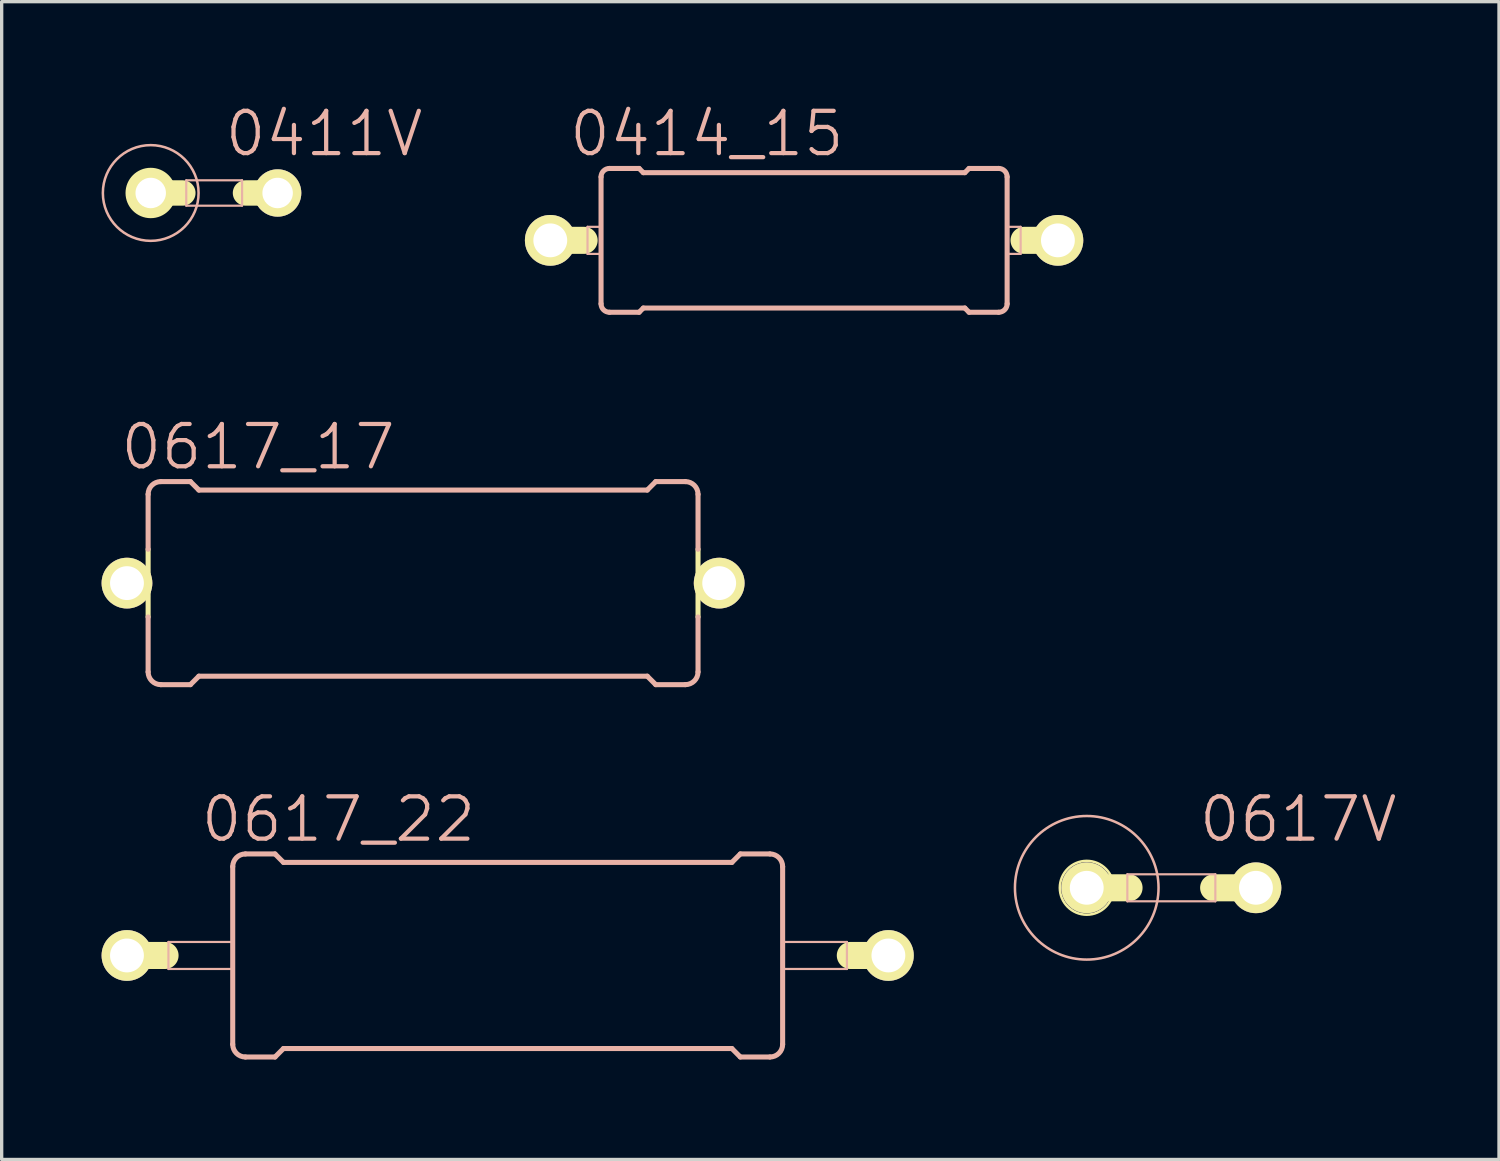
<source format=kicad_pcb>
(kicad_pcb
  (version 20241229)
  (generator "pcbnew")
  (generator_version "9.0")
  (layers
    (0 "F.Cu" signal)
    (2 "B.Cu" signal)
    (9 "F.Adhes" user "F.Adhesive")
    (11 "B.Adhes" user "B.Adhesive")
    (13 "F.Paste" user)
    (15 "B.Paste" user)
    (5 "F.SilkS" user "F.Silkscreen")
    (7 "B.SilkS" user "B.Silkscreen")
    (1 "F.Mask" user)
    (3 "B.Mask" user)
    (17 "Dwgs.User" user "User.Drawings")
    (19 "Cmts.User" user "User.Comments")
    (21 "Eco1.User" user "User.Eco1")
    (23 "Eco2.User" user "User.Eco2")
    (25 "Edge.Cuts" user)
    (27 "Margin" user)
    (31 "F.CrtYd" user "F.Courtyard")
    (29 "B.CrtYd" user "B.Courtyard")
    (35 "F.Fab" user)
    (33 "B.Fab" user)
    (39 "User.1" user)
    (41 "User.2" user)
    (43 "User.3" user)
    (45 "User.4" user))
  (footprint "0617_22"
    (layer "F.Cu")
    (at 12.192 25.636)
    (property "Reference" "0617_22" (at -5.08 -4.089 0) (layer "B.SilkS") (effects (font (size 1.27 1.27) (thickness 0.127))))
    (attr exclude_from_pos_files exclude_from_bom)
    (fp_line (start -10.287 0) (end -11.43 0) (stroke (width 0.813) (type solid)) (layer "F.SilkS"))
    (fp_line (start 11.43 0) (end 10.287 0) (stroke (width 0.813) (type solid)) (layer "F.SilkS"))
    (fp_line (start -10.185 -0.406) (end -8.255 -0.406) (stroke (width 0.066) (type solid)) (layer "B.SilkS"))
    (fp_line (start -10.185 0.406) (end -10.185 -0.406) (stroke (width 0.066) (type solid)) (layer "B.SilkS"))
    (fp_line (start -10.185 0.406) (end -8.255 0.406) (stroke (width 0.066) (type solid)) (layer "B.SilkS"))
    (fp_line (start -8.255 0.406) (end -8.255 -0.406) (stroke (width 0.066) (type solid)) (layer "B.SilkS"))
    (fp_line (start -8.255 2.667) (end -8.255 -2.667) (stroke (width 0.152) (type solid)) (layer "B.SilkS"))
    (fp_line (start -7.874 -3.048) (end -6.985 -3.048) (stroke (width 0.152) (type solid)) (layer "B.SilkS"))
    (fp_line (start -7.874 3.048) (end -6.985 3.048) (stroke (width 0.152) (type solid)) (layer "B.SilkS"))
    (fp_line (start -6.731 -2.794) (end -6.985 -3.048) (stroke (width 0.152) (type solid)) (layer "B.SilkS"))
    (fp_line (start -6.731 2.794) (end -6.985 3.048) (stroke (width 0.152) (type solid)) (layer "B.SilkS"))
    (fp_line (start 6.731 -2.794) (end -6.731 -2.794) (stroke (width 0.152) (type solid)) (layer "B.SilkS"))
    (fp_line (start 6.731 -2.794) (end 6.985 -3.048) (stroke (width 0.152) (type solid)) (layer "B.SilkS"))
    (fp_line (start 6.731 2.794) (end -6.731 2.794) (stroke (width 0.152) (type solid)) (layer "B.SilkS"))
    (fp_line (start 6.731 2.794) (end 6.985 3.048) (stroke (width 0.152) (type solid)) (layer "B.SilkS"))
    (fp_line (start 7.874 -3.048) (end 6.985 -3.048) (stroke (width 0.152) (type solid)) (layer "B.SilkS"))
    (fp_line (start 7.874 3.048) (end 6.985 3.048) (stroke (width 0.152) (type solid)) (layer "B.SilkS"))
    (fp_line (start 8.255 -0.406) (end 10.185 -0.406) (stroke (width 0.066) (type solid)) (layer "B.SilkS"))
    (fp_line (start 8.255 0.406) (end 8.255 -0.406) (stroke (width 0.066) (type solid)) (layer "B.SilkS"))
    (fp_line (start 8.255 0.406) (end 10.185 0.406) (stroke (width 0.066) (type solid)) (layer "B.SilkS"))
    (fp_line (start 8.255 2.667) (end 8.255 -2.667) (stroke (width 0.152) (type solid)) (layer "B.SilkS"))
    (fp_line (start 10.185 0.406) (end 10.185 -0.406) (stroke (width 0.066) (type solid)) (layer "B.SilkS"))
    (fp_arc (start -8.255 -2.667) (mid -8.143408 -2.936408) (end -7.874 -3.048) (stroke (width 0.1524) (type solid)) (layer "B.SilkS"))
    (fp_arc (start -7.874 3.048) (mid -8.143408 2.936408) (end -8.255 2.667) (stroke (width 0.1524) (type solid)) (layer "B.SilkS"))
    (fp_arc (start 7.874 -3.048) (mid 8.143408 -2.936408) (end 8.255 -2.667) (stroke (width 0.1524) (type solid)) (layer "B.SilkS"))
    (fp_arc (start 8.255 2.667) (mid 8.143408 2.936408) (end 7.874 3.048) (stroke (width 0.1524) (type solid)) (layer "B.SilkS"))
    (pad "1" thru_hole circle (at -11.43 0) (size 1.524 1.524) (drill 1.016) (layers "*.Cu" "F.Mask" "F.SilkS" "F.Paste"))
    (pad "2" thru_hole circle (at 11.43 0) (size 1.524 1.524) (drill 1.016) (layers "*.Cu" "F.Mask" "F.SilkS" "F.Paste")))
  (footprint "0414_15"
    (layer "F.Cu")
    (at 21.091 4.166)
    (property "Reference" "0414_15" (at -2.921 -3.2 0) (layer "B.SilkS") (effects (font (size 1.27 1.27) (thickness 0.127))))
    (attr exclude_from_pos_files exclude_from_bom)
    (fp_line (start -7.62 0) (end -6.604 0) (stroke (width 0.813) (type solid)) (layer "F.SilkS"))
    (fp_line (start 7.62 0) (end 6.604 0) (stroke (width 0.813) (type solid)) (layer "F.SilkS"))
    (fp_line (start -6.502 -0.406) (end -6.096 -0.406) (stroke (width 0.066) (type solid)) (layer "B.SilkS"))
    (fp_line (start -6.502 0.406) (end -6.502 -0.406) (stroke (width 0.066) (type solid)) (layer "B.SilkS"))
    (fp_line (start -6.502 0.406) (end -6.096 0.406) (stroke (width 0.066) (type solid)) (layer "B.SilkS"))
    (fp_line (start -6.096 0.406) (end -6.096 -0.406) (stroke (width 0.066) (type solid)) (layer "B.SilkS"))
    (fp_line (start -6.096 1.905) (end -6.096 -1.905) (stroke (width 0.152) (type solid)) (layer "B.SilkS"))
    (fp_line (start -5.842 -2.159) (end -4.953 -2.159) (stroke (width 0.152) (type solid)) (layer "B.SilkS"))
    (fp_line (start -5.842 2.159) (end -4.953 2.159) (stroke (width 0.152) (type solid)) (layer "B.SilkS"))
    (fp_line (start -4.826 -2.032) (end -4.953 -2.159) (stroke (width 0.152) (type solid)) (layer "B.SilkS"))
    (fp_line (start -4.826 2.032) (end -4.953 2.159) (stroke (width 0.152) (type solid)) (layer "B.SilkS"))
    (fp_line (start 4.826 -2.032) (end -4.826 -2.032) (stroke (width 0.152) (type solid)) (layer "B.SilkS"))
    (fp_line (start 4.826 -2.032) (end 4.953 -2.159) (stroke (width 0.152) (type solid)) (layer "B.SilkS"))
    (fp_line (start 4.826 2.032) (end -4.826 2.032) (stroke (width 0.152) (type solid)) (layer "B.SilkS"))
    (fp_line (start 4.826 2.032) (end 4.953 2.159) (stroke (width 0.152) (type solid)) (layer "B.SilkS"))
    (fp_line (start 5.842 -2.159) (end 4.953 -2.159) (stroke (width 0.152) (type solid)) (layer "B.SilkS"))
    (fp_line (start 5.842 2.159) (end 4.953 2.159) (stroke (width 0.152) (type solid)) (layer "B.SilkS"))
    (fp_line (start 6.096 -0.406) (end 6.502 -0.406) (stroke (width 0.066) (type solid)) (layer "B.SilkS"))
    (fp_line (start 6.096 0.406) (end 6.096 -0.406) (stroke (width 0.066) (type solid)) (layer "B.SilkS"))
    (fp_line (start 6.096 0.406) (end 6.502 0.406) (stroke (width 0.066) (type solid)) (layer "B.SilkS"))
    (fp_line (start 6.096 1.905) (end 6.096 -1.905) (stroke (width 0.152) (type solid)) (layer "B.SilkS"))
    (fp_line (start 6.502 0.406) (end 6.502 -0.406) (stroke (width 0.066) (type solid)) (layer "B.SilkS"))
    (fp_arc (start -6.096 -1.905) (mid -6.021605 -2.084605) (end -5.842 -2.159) (stroke (width 0.1524) (type solid)) (layer "B.SilkS"))
    (fp_arc (start -5.842 2.159) (mid -6.021605 2.084605) (end -6.096 1.905) (stroke (width 0.1524) (type solid)) (layer "B.SilkS"))
    (fp_arc (start 5.842 -2.159) (mid 6.021605 -2.084605) (end 6.096 -1.905) (stroke (width 0.1524) (type solid)) (layer "B.SilkS"))
    (fp_arc (start 6.096 1.905) (mid 6.021605 2.084605) (end 5.842 2.159) (stroke (width 0.1524) (type solid)) (layer "B.SilkS"))
    (pad "1" thru_hole circle (at -7.62 0) (size 1.524 1.524) (drill 1.016) (layers "*.Cu" "F.Mask" "F.SilkS" "F.Paste"))
    (pad "2" thru_hole circle (at 7.62 0) (size 1.524 1.524) (drill 1.016) (layers "*.Cu" "F.Mask" "F.SilkS" "F.Paste")))
  (footprint "0411V"
    (layer "F.Cu")
    (at 4.015 2.744)
    (property "Reference" "0411V" (at 2.667 -1.778 0) (layer "B.SilkS") (effects (font (size 1.27 1.27) (thickness 0.127))))
    (attr exclude_from_pos_files exclude_from_bom)
    (fp_line (start -1.575 0) (end -2.54 0) (stroke (width 0.762) (type solid)) (layer "F.SilkS"))
    (fp_line (start 1.27 0) (end 0.305 0) (stroke (width 0.762) (type solid)) (layer "F.SilkS"))
    (fp_circle (center -2.54 0) (end -3.048 0.508) (stroke (width 0.076) (type solid)) (fill no) (layer "F.SilkS"))
    (fp_line (start -1.473 -0.381) (end 0.203 -0.381) (stroke (width 0.066) (type solid)) (layer "B.SilkS"))
    (fp_line (start -1.473 0.381) (end -1.473 -0.381) (stroke (width 0.066) (type solid)) (layer "B.SilkS"))
    (fp_line (start -1.473 0.381) (end 0.203 0.381) (stroke (width 0.066) (type solid)) (layer "B.SilkS"))
    (fp_line (start 0.203 0.381) (end 0.203 -0.381) (stroke (width 0.066) (type solid)) (layer "B.SilkS"))
    (fp_circle (center -2.54 0) (end -3.556 1.016) (stroke (width 0.076) (type solid)) (fill no) (layer "B.SilkS"))
    (pad "1" thru_hole circle (at -2.54 0) (size 1.422 1.422) (drill 0.914) (layers "*.Cu" "F.Mask" "F.SilkS" "F.Paste"))
    (pad "2" thru_hole circle (at 1.27 0) (size 1.422 1.422) (drill 0.914) (layers "*.Cu" "F.Mask" "F.SilkS" "F.Paste")))
  (footprint "0617V"
    (layer "F.Cu")
    (at 32.117 23.604)
    (property "Reference" "0617V" (at 3.81 -2.057 0) (layer "B.SilkS") (effects (font (size 1.27 1.27) (thickness 0.127))))
    (attr exclude_from_pos_files exclude_from_bom)
    (fp_line (start -2.54 0) (end -1.27 0) (stroke (width 0.813) (type solid)) (layer "F.SilkS"))
    (fp_line (start 1.27 0) (end 2.54 0) (stroke (width 0.813) (type solid)) (layer "F.SilkS"))
    (fp_circle (center -2.54 0) (end -3.111 0.572) (stroke (width 0.076) (type solid)) (fill no) (layer "F.SilkS"))
    (fp_line (start -1.321 -0.406) (end 1.321 -0.406) (stroke (width 0.066) (type solid)) (layer "B.SilkS"))
    (fp_line (start -1.321 0.406) (end -1.321 -0.406) (stroke (width 0.066) (type solid)) (layer "B.SilkS"))
    (fp_line (start -1.321 0.406) (end 1.321 0.406) (stroke (width 0.066) (type solid)) (layer "B.SilkS"))
    (fp_line (start 1.321 0.406) (end 1.321 -0.406) (stroke (width 0.066) (type solid)) (layer "B.SilkS"))
    (fp_circle (center -2.54 0) (end -4.064 1.524) (stroke (width 0.076) (type solid)) (fill no) (layer "B.SilkS"))
    (pad "1" thru_hole circle (at -2.54 0) (size 1.524 1.524) (drill 1.016) (layers "*.Cu" "F.Mask" "F.SilkS" "F.Paste"))
    (pad "2" thru_hole circle (at 2.54 0) (size 1.524 1.524) (drill 1.016) (layers "*.Cu" "F.Mask" "F.SilkS" "F.Paste")))
  (footprint "0617_17"
    (layer "F.Cu")
    (at 9.652 14.457)
    (property "Reference" "0617_17" (at -4.953 -4.089 0) (layer "B.SilkS") (effects (font (size 1.27 1.27) (thickness 0.127))))
    (attr exclude_from_pos_files exclude_from_bom)
    (fp_line (start -8.89 0) (end -8.636 0) (stroke (width 0.813) (type solid)) (layer "F.SilkS"))
    (fp_line (start -8.534 -0.406) (end -8.23 -0.406) (stroke (width 0.066) (type solid)) (layer "F.SilkS"))
    (fp_line (start -8.534 0.406) (end -8.534 -0.406) (stroke (width 0.066) (type solid)) (layer "F.SilkS"))
    (fp_line (start -8.534 0.406) (end -8.23 0.406) (stroke (width 0.066) (type solid)) (layer "F.SilkS"))
    (fp_line (start -8.255 -1.016) (end -8.255 1.016) (stroke (width 0.152) (type solid)) (layer "F.SilkS"))
    (fp_line (start -8.23 0.406) (end -8.23 -0.406) (stroke (width 0.066) (type solid)) (layer "F.SilkS"))
    (fp_line (start 8.23 -0.406) (end 8.534 -0.406) (stroke (width 0.066) (type solid)) (layer "F.SilkS"))
    (fp_line (start 8.23 0.406) (end 8.23 -0.406) (stroke (width 0.066) (type solid)) (layer "F.SilkS"))
    (fp_line (start 8.23 0.406) (end 8.534 0.406) (stroke (width 0.066) (type solid)) (layer "F.SilkS"))
    (fp_line (start 8.255 -1.016) (end 8.255 1.016) (stroke (width 0.152) (type solid)) (layer "F.SilkS"))
    (fp_line (start 8.534 0.406) (end 8.534 -0.406) (stroke (width 0.066) (type solid)) (layer "F.SilkS"))
    (fp_line (start 8.636 0) (end 8.89 0) (stroke (width 0.813) (type solid)) (layer "F.SilkS"))
    (fp_line (start -8.255 -1.016) (end -8.255 -2.667) (stroke (width 0.152) (type solid)) (layer "B.SilkS"))
    (fp_line (start -8.255 2.667) (end -8.255 1.016) (stroke (width 0.152) (type solid)) (layer "B.SilkS"))
    (fp_line (start -7.874 -3.048) (end -6.985 -3.048) (stroke (width 0.152) (type solid)) (layer "B.SilkS"))
    (fp_line (start -7.874 3.048) (end -6.985 3.048) (stroke (width 0.152) (type solid)) (layer "B.SilkS"))
    (fp_line (start -6.731 -2.794) (end -6.985 -3.048) (stroke (width 0.152) (type solid)) (layer "B.SilkS"))
    (fp_line (start -6.731 2.794) (end -6.985 3.048) (stroke (width 0.152) (type solid)) (layer "B.SilkS"))
    (fp_line (start 6.731 -2.794) (end -6.731 -2.794) (stroke (width 0.152) (type solid)) (layer "B.SilkS"))
    (fp_line (start 6.731 -2.794) (end 6.985 -3.048) (stroke (width 0.152) (type solid)) (layer "B.SilkS"))
    (fp_line (start 6.731 2.794) (end -6.731 2.794) (stroke (width 0.152) (type solid)) (layer "B.SilkS"))
    (fp_line (start 6.731 2.794) (end 6.985 3.048) (stroke (width 0.152) (type solid)) (layer "B.SilkS"))
    (fp_line (start 7.874 -3.048) (end 6.985 -3.048) (stroke (width 0.152) (type solid)) (layer "B.SilkS"))
    (fp_line (start 7.874 3.048) (end 6.985 3.048) (stroke (width 0.152) (type solid)) (layer "B.SilkS"))
    (fp_line (start 8.255 -1.016) (end 8.255 -2.667) (stroke (width 0.152) (type solid)) (layer "B.SilkS"))
    (fp_line (start 8.255 2.667) (end 8.255 1.016) (stroke (width 0.152) (type solid)) (layer "B.SilkS"))
    (fp_arc (start -8.255 -2.667) (mid -8.143408 -2.936408) (end -7.874 -3.048) (stroke (width 0.1524) (type solid)) (layer "B.SilkS"))
    (fp_arc (start -7.874 3.048) (mid -8.143408 2.936408) (end -8.255 2.667) (stroke (width 0.1524) (type solid)) (layer "B.SilkS"))
    (fp_arc (start 7.874 -3.048) (mid 8.143408 -2.936408) (end 8.255 -2.667) (stroke (width 0.1524) (type solid)) (layer "B.SilkS"))
    (fp_arc (start 8.255 2.667) (mid 8.143408 2.936408) (end 7.874 3.048) (stroke (width 0.1524) (type solid)) (layer "B.SilkS"))
    (pad "1" thru_hole circle (at -8.89 0) (size 1.524 1.524) (drill 1.016) (layers "*.Cu" "F.Mask" "F.SilkS" "F.Paste"))
    (pad "2" thru_hole circle (at 8.89 0) (size 1.524 1.524) (drill 1.016) (layers "*.Cu" "F.Mask" "F.SilkS" "F.Paste")))
  (gr_rect
    (start -3 -3)
    (end 41.954 31.76)
    (stroke (width 0.1) (type default))
    (fill no)
    (layer "Edge.Cuts")))
</source>
